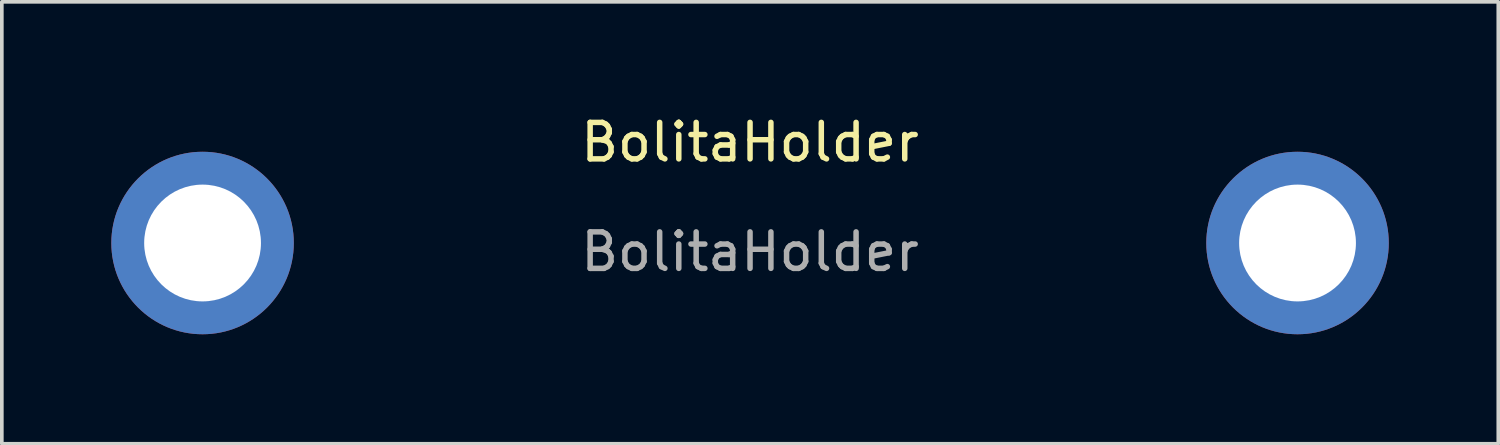
<source format=kicad_pcb>
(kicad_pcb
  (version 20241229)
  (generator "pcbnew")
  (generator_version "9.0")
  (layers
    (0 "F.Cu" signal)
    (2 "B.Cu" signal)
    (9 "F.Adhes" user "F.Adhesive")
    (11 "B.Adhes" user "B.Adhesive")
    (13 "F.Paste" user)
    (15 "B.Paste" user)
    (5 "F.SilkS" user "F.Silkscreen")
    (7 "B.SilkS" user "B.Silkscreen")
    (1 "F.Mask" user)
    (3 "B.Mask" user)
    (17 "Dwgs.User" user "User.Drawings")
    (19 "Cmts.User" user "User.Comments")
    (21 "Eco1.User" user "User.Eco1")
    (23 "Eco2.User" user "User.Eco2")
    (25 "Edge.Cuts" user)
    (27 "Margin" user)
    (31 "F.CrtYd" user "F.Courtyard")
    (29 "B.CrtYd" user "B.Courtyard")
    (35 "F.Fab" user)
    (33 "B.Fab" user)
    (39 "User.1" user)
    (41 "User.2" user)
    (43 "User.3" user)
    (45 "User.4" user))
  (footprint "BolitaHolder"
    (layer "F.Cu")
    (at 17.5 3.388)
    (property "Reference" "BolitaHolder" (at 0 -2.54 0) (unlocked yes) (layer "F.SilkS") (effects (font (size 1 1) (thickness 0.15))))
    (attr through_hole)
    (fp_text user "${REFERENCE}" (at 0 0.46 0) (unlocked yes) (layer "F.Fab") (effects (font (size 1 1) (thickness 0.15))))
    (pad "1" thru_hole circle (at -15 0.22) (size 5 5) (drill 3.2) (layers "*.Cu" "*.Mask"))
    (pad "2" thru_hole circle (at 15 0.22) (size 5 5) (drill 3.2) (layers "*.Cu" "*.Mask")))
  (gr_rect
    (start -3 -3)
    (end 38 9.108)
    (stroke (width 0.1) (type default))
    (fill no)
    (layer "Edge.Cuts")))
</source>
